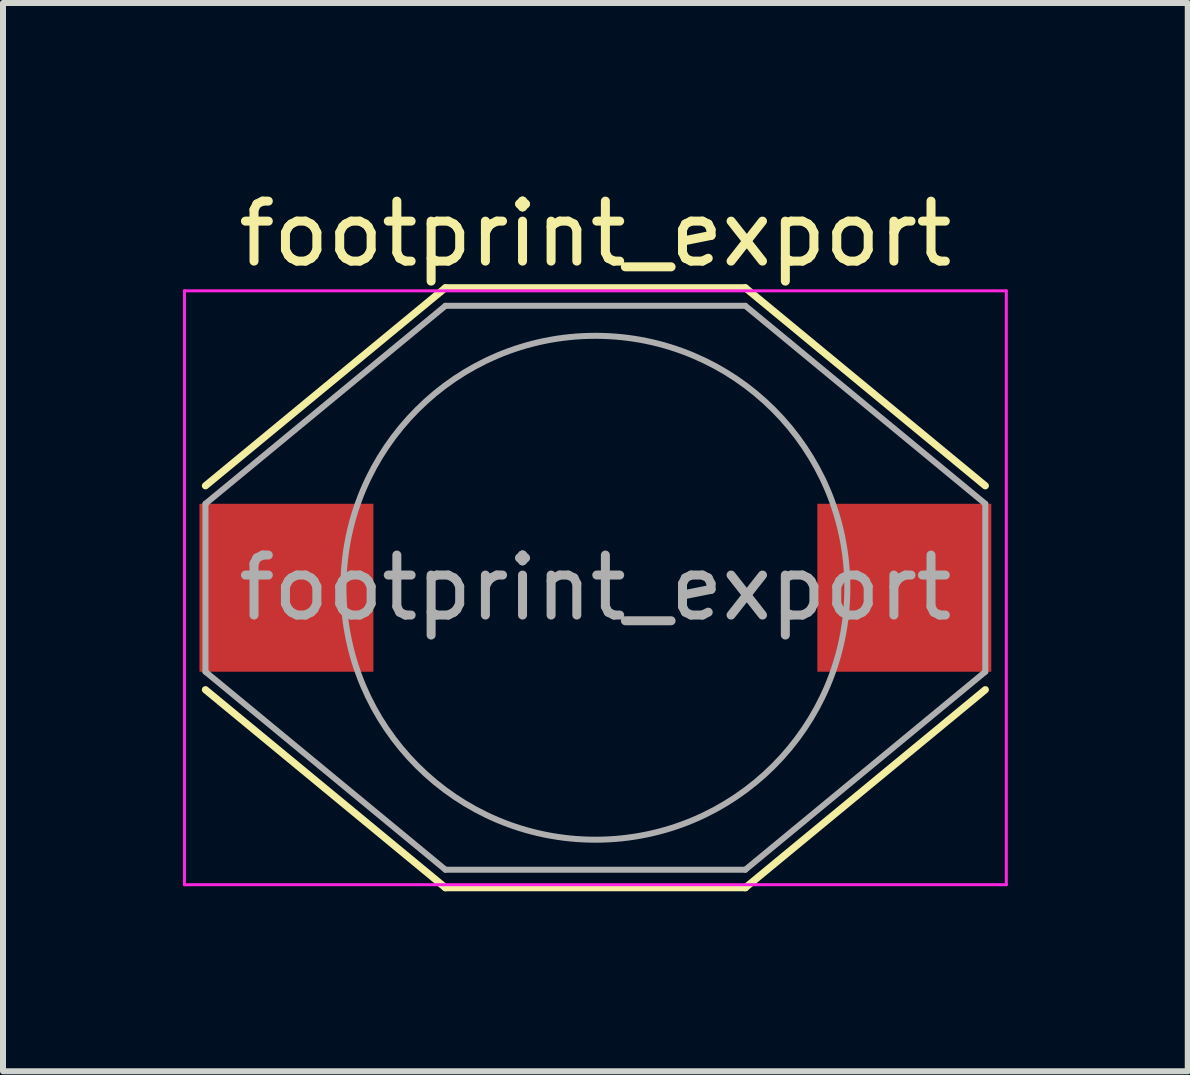
<source format=kicad_pcb>
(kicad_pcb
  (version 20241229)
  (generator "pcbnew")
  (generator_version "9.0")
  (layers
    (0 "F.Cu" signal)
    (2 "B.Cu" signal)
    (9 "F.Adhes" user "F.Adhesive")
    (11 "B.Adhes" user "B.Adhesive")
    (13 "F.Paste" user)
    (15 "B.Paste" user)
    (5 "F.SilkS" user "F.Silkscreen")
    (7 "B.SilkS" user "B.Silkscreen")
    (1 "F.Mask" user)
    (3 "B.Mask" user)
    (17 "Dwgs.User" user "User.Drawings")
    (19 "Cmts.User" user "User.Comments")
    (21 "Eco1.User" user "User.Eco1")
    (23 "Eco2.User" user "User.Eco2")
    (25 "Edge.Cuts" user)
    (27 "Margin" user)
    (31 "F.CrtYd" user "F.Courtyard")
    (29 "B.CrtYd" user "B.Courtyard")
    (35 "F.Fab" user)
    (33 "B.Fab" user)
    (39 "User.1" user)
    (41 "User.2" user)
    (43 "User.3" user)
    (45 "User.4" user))
  (footprint "footprint_export"
    (layer "F.Cu")
    (at 6.875 6.748)
    (property "Reference" "footprint_export" (at 0 -5.9 0) (layer "F.SilkS") (effects (font (size 1 1) (thickness 0.15))))
    (attr smd)
    (fp_line (start -6.5 -1.7) (end -2.5 -5) (stroke (width 0.12) (type solid)) (layer "F.SilkS"))
    (fp_line (start -2.5 -5) (end 2.5 -5) (stroke (width 0.12) (type solid)) (layer "F.SilkS"))
    (fp_line (start -2.5 5) (end -6.5 1.7) (stroke (width 0.12) (type solid)) (layer "F.SilkS"))
    (fp_line (start 2.5 -5) (end 6.5 -1.7) (stroke (width 0.12) (type solid)) (layer "F.SilkS"))
    (fp_line (start 2.5 5) (end -2.5 5) (stroke (width 0.12) (type solid)) (layer "F.SilkS"))
    (fp_line (start 6.5 1.7) (end 2.5 5) (stroke (width 0.12) (type solid)) (layer "F.SilkS"))
    (fp_line (start -6.85 -4.95) (end -6.85 4.95) (stroke (width 0.05) (type solid)) (layer "F.CrtYd"))
    (fp_line (start -6.85 -4.95) (end 6.85 -4.95) (stroke (width 0.05) (type solid)) (layer "F.CrtYd"))
    (fp_line (start 6.85 4.95) (end -6.85 4.95) (stroke (width 0.05) (type solid)) (layer "F.CrtYd"))
    (fp_line (start 6.85 4.95) (end 6.85 -4.95) (stroke (width 0.05) (type solid)) (layer "F.CrtYd"))
    (fp_line (start -6.5 -1.4) (end -2.5 -4.7) (stroke (width 0.1) (type solid)) (layer "F.Fab"))
    (fp_line (start -6.5 1.4) (end -6.5 -1.4) (stroke (width 0.1) (type solid)) (layer "F.Fab"))
    (fp_line (start -2.5 -4.7) (end 2.5 -4.7) (stroke (width 0.1) (type solid)) (layer "F.Fab"))
    (fp_line (start -2.5 4.7) (end -6.5 1.4) (stroke (width 0.1) (type solid)) (layer "F.Fab"))
    (fp_line (start 2.5 -4.7) (end 6.5 -1.4) (stroke (width 0.1) (type solid)) (layer "F.Fab"))
    (fp_line (start 2.5 4.7) (end -2.5 4.7) (stroke (width 0.1) (type solid)) (layer "F.Fab"))
    (fp_line (start 6.5 -1.4) (end 6.5 1.4) (stroke (width 0.1) (type solid)) (layer "F.Fab"))
    (fp_line (start 6.5 1.4) (end 2.5 4.7) (stroke (width 0.1) (type solid)) (layer "F.Fab"))
    (fp_circle (center 0 0) (end 0 -4.2) (stroke (width 0.1) (type solid)) (fill no) (layer "F.Fab"))
    (fp_text user "${REFERENCE}" (at 0 0 0) (layer "F.Fab") (effects (font (size 1 1) (thickness 0.15))))
    (pad "1" smd rect (at -5.15 0) (size 2.9 2.8) (layers "F.Cu" "F.Mask" "F.Paste"))
    (pad "2" smd rect (at 5.15 0) (size 2.9 2.8) (layers "F.Cu" "F.Mask" "F.Paste")))
  (gr_rect
    (start -3 -3)
    (end 16.75 14.808)
    (stroke (width 0.1) (type default))
    (fill no)
    (layer "Edge.Cuts")))
</source>
